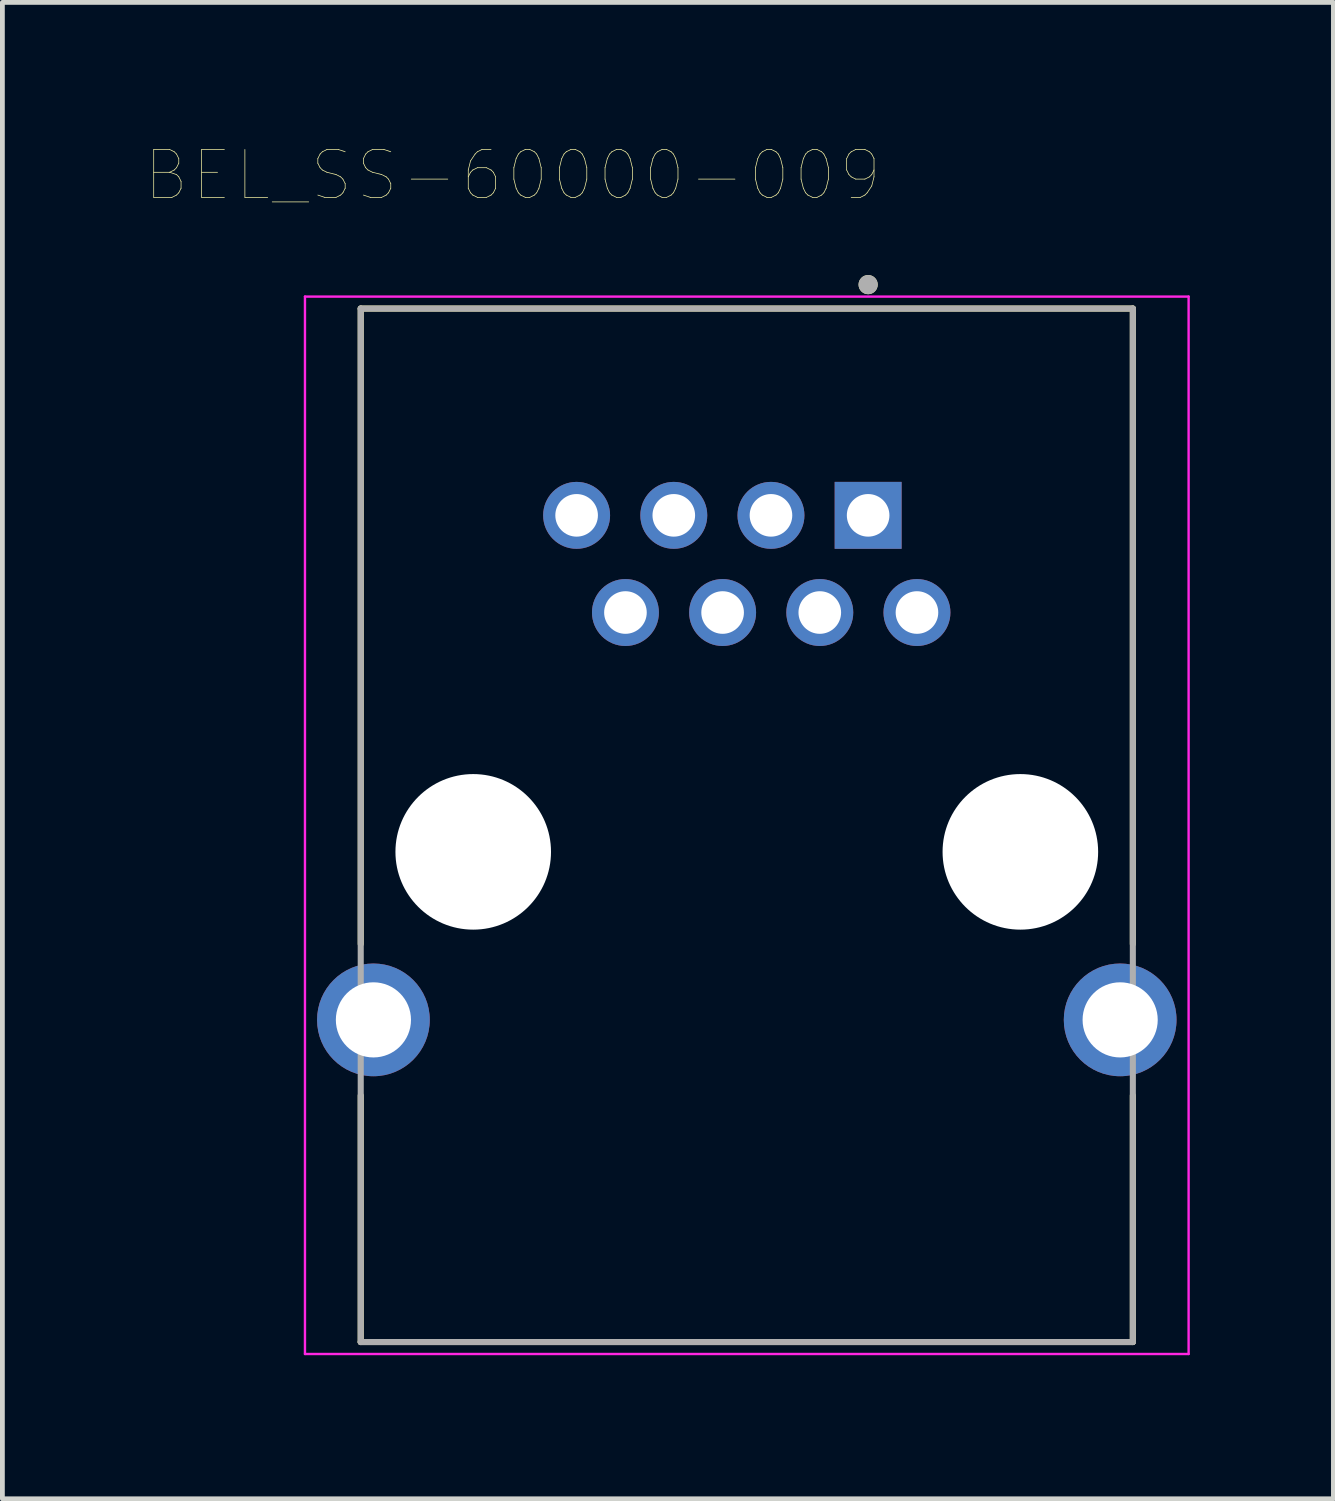
<source format=kicad_pcb>
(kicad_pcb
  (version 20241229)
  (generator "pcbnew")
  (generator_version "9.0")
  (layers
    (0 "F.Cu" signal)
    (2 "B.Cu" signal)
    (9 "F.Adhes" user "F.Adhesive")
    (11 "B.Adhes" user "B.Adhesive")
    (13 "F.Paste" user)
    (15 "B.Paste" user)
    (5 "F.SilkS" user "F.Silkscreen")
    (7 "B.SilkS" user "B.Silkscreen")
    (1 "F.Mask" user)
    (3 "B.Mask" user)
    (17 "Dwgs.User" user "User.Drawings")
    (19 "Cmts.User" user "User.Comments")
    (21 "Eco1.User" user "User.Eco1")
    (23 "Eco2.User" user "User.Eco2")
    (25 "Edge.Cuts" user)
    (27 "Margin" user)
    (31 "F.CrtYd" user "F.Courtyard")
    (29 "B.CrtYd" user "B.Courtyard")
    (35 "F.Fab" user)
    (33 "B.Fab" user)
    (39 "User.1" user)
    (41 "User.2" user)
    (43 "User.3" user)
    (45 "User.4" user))
  (footprint "BEL_SS-60000-009"
    (layer "F.Cu")
    (at 12.551 14.746)
    (property "Reference" "BEL_SS-60000-009" (at -4.89 -14.135 0) (layer "F.SilkS") (effects (font (size 1 1) (thickness 0.015))))
    (attr through_hole)
    (fp_line (start -8.065 -11.35) (end 8.065 -11.35) (stroke (width 0.127) (type solid)) (layer "F.SilkS"))
    (fp_line (start -8.065 1.925) (end -8.065 -11.35) (stroke (width 0.127) (type solid)) (layer "F.SilkS"))
    (fp_line (start -8.065 10.24) (end -8.065 5.09) (stroke (width 0.127) (type solid)) (layer "F.SilkS"))
    (fp_line (start 8.065 -11.35) (end 8.065 1.925) (stroke (width 0.127) (type solid)) (layer "F.SilkS"))
    (fp_line (start 8.065 5.09) (end 8.065 10.24) (stroke (width 0.127) (type solid)) (layer "F.SilkS"))
    (fp_line (start 8.065 10.24) (end -8.065 10.24) (stroke (width 0.127) (type solid)) (layer "F.SilkS"))
    (fp_circle (center 2.535 -11.85) (end 2.635 -11.85) (stroke (width 0.2) (type solid)) (fill no) (layer "F.SilkS"))
    (fp_line (start -9.23 -11.6) (end -9.23 10.49) (stroke (width 0.05) (type solid)) (layer "F.CrtYd"))
    (fp_line (start -9.23 10.49) (end 9.23 10.49) (stroke (width 0.05) (type solid)) (layer "F.CrtYd"))
    (fp_line (start 9.23 -11.6) (end -9.23 -11.6) (stroke (width 0.05) (type solid)) (layer "F.CrtYd"))
    (fp_line (start 9.23 10.49) (end 9.23 -11.6) (stroke (width 0.05) (type solid)) (layer "F.CrtYd"))
    (fp_line (start -8.065 -11.35) (end 8.065 -11.35) (stroke (width 0.127) (type solid)) (layer "F.Fab"))
    (fp_line (start -8.065 10.24) (end -8.065 -11.35) (stroke (width 0.127) (type solid)) (layer "F.Fab"))
    (fp_line (start 8.065 -11.35) (end 8.065 10.24) (stroke (width 0.127) (type solid)) (layer "F.Fab"))
    (fp_line (start 8.065 10.24) (end -8.065 10.24) (stroke (width 0.127) (type solid)) (layer "F.Fab"))
    (fp_circle (center 2.535 -11.85) (end 2.635 -11.85) (stroke (width 0.2) (type solid)) (fill no) (layer "F.Fab"))
    (pad "" np_thru_hole circle (at -5.715 0) (size 3.25 3.25) (drill 3.25) (layers "*.Cu" "*.Mask"))
    (pad "" np_thru_hole circle (at 5.715 0) (size 3.25 3.25) (drill 3.25) (layers "*.Cu" "*.Mask"))
    (pad "1" thru_hole rect (at 2.535 -7.03) (size 1.398 1.398) (drill 0.89) (layers "*.Cu" "*.Mask"))
    (pad "2" thru_hole circle (at 3.555 -5) (size 1.398 1.398) (drill 0.89) (layers "*.Cu" "*.Mask"))
    (pad "3" thru_hole circle (at 1.525 -5) (size 1.398 1.398) (drill 0.89) (layers "*.Cu" "*.Mask"))
    (pad "4" thru_hole circle (at -0.505 -5) (size 1.398 1.398) (drill 0.89) (layers "*.Cu" "*.Mask"))
    (pad "5" thru_hole circle (at 0.505 -7.03) (size 1.398 1.398) (drill 0.89) (layers "*.Cu" "*.Mask"))
    (pad "6" thru_hole circle (at -1.525 -7.03) (size 1.398 1.398) (drill 0.89) (layers "*.Cu" "*.Mask"))
    (pad "7" thru_hole circle (at -3.555 -7.03) (size 1.398 1.398) (drill 0.89) (layers "*.Cu" "*.Mask"))
    (pad "8" thru_hole circle (at -2.535 -5) (size 1.398 1.398) (drill 0.89) (layers "*.Cu" "*.Mask"))
    (pad "S1" thru_hole circle (at -7.8 3.51) (size 2.355 2.355) (drill 1.57) (layers "*.Cu" "*.Mask"))
    (pad "S2" thru_hole circle (at 7.8 3.51) (size 2.355 2.355) (drill 1.57) (layers "*.Cu" "*.Mask")))
  (gr_rect
    (start -3 -3)
    (end 24.806 28.261)
    (stroke (width 0.1) (type default))
    (fill no)
    (layer "Edge.Cuts")))
</source>
